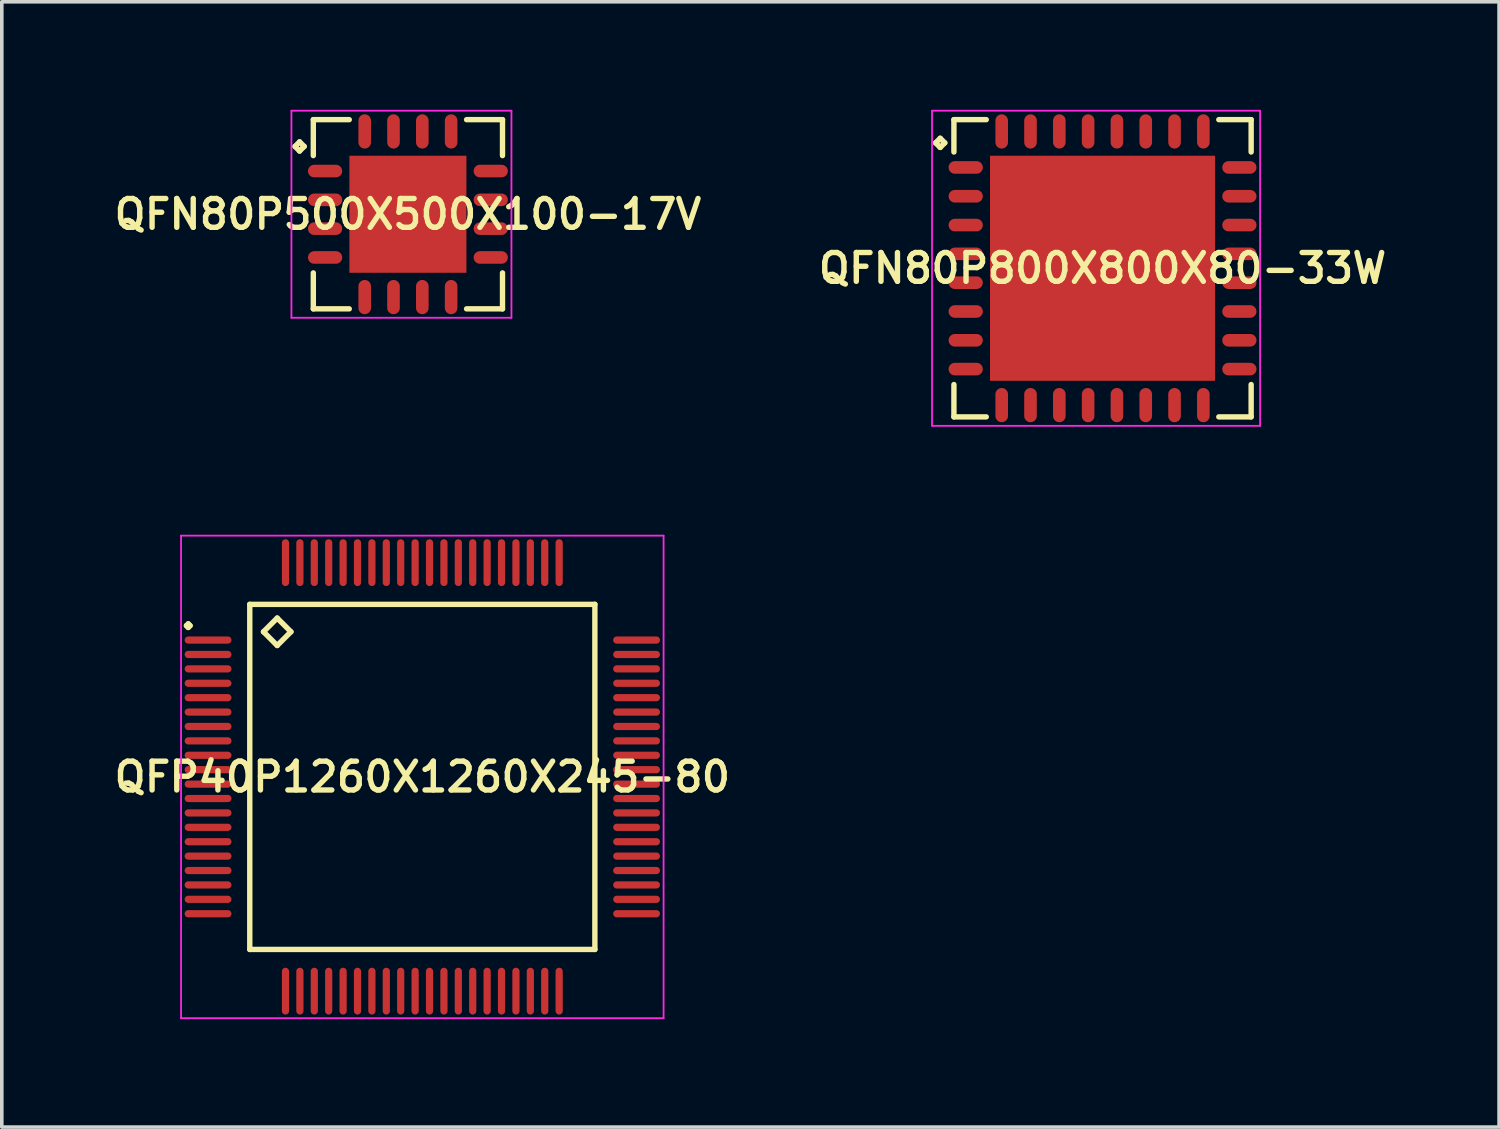
<source format=kicad_pcb>
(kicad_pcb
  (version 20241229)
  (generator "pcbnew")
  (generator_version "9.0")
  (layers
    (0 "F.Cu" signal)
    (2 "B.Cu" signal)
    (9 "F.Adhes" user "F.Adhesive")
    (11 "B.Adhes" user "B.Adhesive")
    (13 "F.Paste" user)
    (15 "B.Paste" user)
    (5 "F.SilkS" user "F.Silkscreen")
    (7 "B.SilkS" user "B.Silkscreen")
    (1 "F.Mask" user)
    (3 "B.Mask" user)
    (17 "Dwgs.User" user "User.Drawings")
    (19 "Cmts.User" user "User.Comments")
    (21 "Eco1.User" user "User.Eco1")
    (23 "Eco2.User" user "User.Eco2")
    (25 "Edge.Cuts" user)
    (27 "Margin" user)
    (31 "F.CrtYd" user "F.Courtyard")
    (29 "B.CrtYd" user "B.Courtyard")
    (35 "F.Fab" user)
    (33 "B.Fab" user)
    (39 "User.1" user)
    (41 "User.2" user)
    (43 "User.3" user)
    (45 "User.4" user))
  (footprint "QFN80P800X800X80-33W"
    (layer "F.Cu")
    (at 27.568 4.4)
    (property "Reference" "QFN80P800X800X80-33W" (at 0 0 0) (layer "F.SilkS") (effects (font (size 0.8 0.8) (thickness 0.15))))
    (attr smd)
    (fp_line (start -4.635 -3.483) (end -4.508 -3.61) (stroke (width 0.15) (type solid)) (layer "F.SilkS"))
    (fp_line (start -4.508 -3.61) (end -4.381 -3.483) (stroke (width 0.15) (type solid)) (layer "F.SilkS"))
    (fp_line (start -4.508 -3.356) (end -4.635 -3.483) (stroke (width 0.15) (type solid)) (layer "F.SilkS"))
    (fp_line (start -4.381 -3.483) (end -4.508 -3.356) (stroke (width 0.15) (type solid)) (layer "F.SilkS"))
    (fp_line (start -4.127 -4.127) (end -3.229 -4.127) (stroke (width 0.15) (type solid)) (layer "F.SilkS"))
    (fp_line (start -4.127 -3.229) (end -4.127 -4.127) (stroke (width 0.15) (type solid)) (layer "F.SilkS"))
    (fp_line (start -4.127 3.229) (end -4.127 4.127) (stroke (width 0.15) (type solid)) (layer "F.SilkS"))
    (fp_line (start -4.127 4.127) (end -3.229 4.127) (stroke (width 0.15) (type solid)) (layer "F.SilkS"))
    (fp_line (start 3.229 -4.127) (end 4.127 -4.127) (stroke (width 0.15) (type solid)) (layer "F.SilkS"))
    (fp_line (start 3.229 4.127) (end 4.127 4.127) (stroke (width 0.15) (type solid)) (layer "F.SilkS"))
    (fp_line (start 4.127 -4.127) (end 4.127 -3.229) (stroke (width 0.15) (type solid)) (layer "F.SilkS"))
    (fp_line (start 4.127 4.127) (end 4.127 3.229) (stroke (width 0.15) (type solid)) (layer "F.SilkS"))
    (fp_line (start -4.735 -4.375) (end 4.375 -4.375) (stroke (width 0.05) (type solid)) (layer "F.CrtYd"))
    (fp_line (start -4.735 4.375) (end -4.735 -4.375) (stroke (width 0.05) (type solid)) (layer "F.CrtYd"))
    (fp_line (start 4.375 -4.375) (end 4.375 4.375) (stroke (width 0.05) (type solid)) (layer "F.CrtYd"))
    (fp_line (start 4.375 4.375) (end -4.735 4.375) (stroke (width 0.05) (type solid)) (layer "F.CrtYd"))
    (pad "1" smd oval (at -3.8 -2.8) (size 0.95 0.35) (layers "F.Cu" "F.Mask" "F.Paste"))
    (pad "2" smd oval (at -3.8 -2) (size 0.95 0.35) (layers "F.Cu" "F.Mask" "F.Paste"))
    (pad "3" smd oval (at -3.8 -1.2) (size 0.95 0.35) (layers "F.Cu" "F.Mask" "F.Paste"))
    (pad "4" smd oval (at -3.8 -0.4) (size 0.95 0.35) (layers "F.Cu" "F.Mask" "F.Paste"))
    (pad "5" smd oval (at -3.8 0.4) (size 0.95 0.35) (layers "F.Cu" "F.Mask" "F.Paste"))
    (pad "6" smd oval (at -3.8 1.2) (size 0.95 0.35) (layers "F.Cu" "F.Mask" "F.Paste"))
    (pad "7" smd oval (at -3.8 2) (size 0.95 0.35) (layers "F.Cu" "F.Mask" "F.Paste"))
    (pad "8" smd oval (at -3.8 2.8) (size 0.95 0.35) (layers "F.Cu" "F.Mask" "F.Paste"))
    (pad "9" smd oval (at -2.8 3.8) (size 0.35 0.95) (layers "F.Cu" "F.Mask" "F.Paste"))
    (pad "10" smd oval (at -2 3.8) (size 0.35 0.95) (layers "F.Cu" "F.Mask" "F.Paste"))
    (pad "11" smd oval (at -1.2 3.8) (size 0.35 0.95) (layers "F.Cu" "F.Mask" "F.Paste"))
    (pad "12" smd oval (at -0.4 3.8) (size 0.35 0.95) (layers "F.Cu" "F.Mask" "F.Paste"))
    (pad "13" smd oval (at 0.4 3.8) (size 0.35 0.95) (layers "F.Cu" "F.Mask" "F.Paste"))
    (pad "14" smd oval (at 1.2 3.8) (size 0.35 0.95) (layers "F.Cu" "F.Mask" "F.Paste"))
    (pad "15" smd oval (at 2 3.8) (size 0.35 0.95) (layers "F.Cu" "F.Mask" "F.Paste"))
    (pad "16" smd oval (at 2.8 3.8) (size 0.35 0.95) (layers "F.Cu" "F.Mask" "F.Paste"))
    (pad "17" smd oval (at 3.8 2.8) (size 0.95 0.35) (layers "F.Cu" "F.Mask" "F.Paste"))
    (pad "18" smd oval (at 3.8 2) (size 0.95 0.35) (layers "F.Cu" "F.Mask" "F.Paste"))
    (pad "19" smd oval (at 3.8 1.2) (size 0.95 0.35) (layers "F.Cu" "F.Mask" "F.Paste"))
    (pad "20" smd oval (at 3.8 0.4) (size 0.95 0.35) (layers "F.Cu" "F.Mask" "F.Paste"))
    (pad "21" smd oval (at 3.8 -0.4) (size 0.95 0.35) (layers "F.Cu" "F.Mask" "F.Paste"))
    (pad "22" smd oval (at 3.8 -1.2) (size 0.95 0.35) (layers "F.Cu" "F.Mask" "F.Paste"))
    (pad "23" smd oval (at 3.8 -2) (size 0.95 0.35) (layers "F.Cu" "F.Mask" "F.Paste"))
    (pad "24" smd oval (at 3.8 -2.8) (size 0.95 0.35) (layers "F.Cu" "F.Mask" "F.Paste"))
    (pad "25" smd oval (at 2.8 -3.8) (size 0.35 0.95) (layers "F.Cu" "F.Mask" "F.Paste"))
    (pad "26" smd oval (at 2 -3.8) (size 0.35 0.95) (layers "F.Cu" "F.Mask" "F.Paste"))
    (pad "27" smd oval (at 1.2 -3.8) (size 0.35 0.95) (layers "F.Cu" "F.Mask" "F.Paste"))
    (pad "28" smd oval (at 0.4 -3.8) (size 0.35 0.95) (layers "F.Cu" "F.Mask" "F.Paste"))
    (pad "29" smd oval (at -0.4 -3.8) (size 0.35 0.95) (layers "F.Cu" "F.Mask" "F.Paste"))
    (pad "30" smd oval (at -1.2 -3.8) (size 0.35 0.95) (layers "F.Cu" "F.Mask" "F.Paste"))
    (pad "31" smd oval (at -2 -3.8) (size 0.35 0.95) (layers "F.Cu" "F.Mask" "F.Paste"))
    (pad "32" smd oval (at -2.8 -3.8) (size 0.35 0.95) (layers "F.Cu" "F.Mask" "F.Paste"))
    (pad "33" smd rect (at 0 0) (size 6.25 6.25) (layers "F.Cu" "F.Mask" "F.Paste")))
  (footprint "QFP40P1260X1260X245-80"
    (layer "F.Cu")
    (at 8.678 18.525)
    (property "Reference" "QFP40P1260X1260X245-80" (at 0 0 0) (layer "F.SilkS") (effects (font (size 0.8 0.8) (thickness 0.15))))
    (attr smd)
    (fp_line (start -6.55 -4.2) (end -6.5 -4.25) (stroke (width 0.15) (type solid)) (layer "F.SilkS"))
    (fp_line (start -6.5 -4.25) (end -6.45 -4.2) (stroke (width 0.15) (type solid)) (layer "F.SilkS"))
    (fp_line (start -6.5 -4.15) (end -6.55 -4.2) (stroke (width 0.15) (type solid)) (layer "F.SilkS"))
    (fp_line (start -6.45 -4.2) (end -6.5 -4.15) (stroke (width 0.15) (type solid)) (layer "F.SilkS"))
    (fp_line (start -4.792 -4.792) (end -4.792 4.792) (stroke (width 0.15) (type solid)) (layer "F.SilkS"))
    (fp_line (start -4.792 4.792) (end 4.792 4.792) (stroke (width 0.15) (type solid)) (layer "F.SilkS"))
    (fp_line (start -4.411 -4.03) (end -4.03 -4.411) (stroke (width 0.15) (type solid)) (layer "F.SilkS"))
    (fp_line (start -4.03 -4.411) (end -3.649 -4.03) (stroke (width 0.15) (type solid)) (layer "F.SilkS"))
    (fp_line (start -4.03 -3.649) (end -4.411 -4.03) (stroke (width 0.15) (type solid)) (layer "F.SilkS"))
    (fp_line (start -3.649 -4.03) (end -4.03 -3.649) (stroke (width 0.15) (type solid)) (layer "F.SilkS"))
    (fp_line (start 4.792 -4.792) (end -4.792 -4.792) (stroke (width 0.15) (type solid)) (layer "F.SilkS"))
    (fp_line (start 4.792 4.792) (end 4.792 -4.792) (stroke (width 0.15) (type solid)) (layer "F.SilkS"))
    (fp_line (start -6.7 -6.7) (end 6.7 -6.7) (stroke (width 0.05) (type solid)) (layer "F.CrtYd"))
    (fp_line (start -6.7 6.7) (end -6.7 -6.7) (stroke (width 0.05) (type solid)) (layer "F.CrtYd"))
    (fp_line (start 6.7 -6.7) (end 6.7 6.7) (stroke (width 0.05) (type solid)) (layer "F.CrtYd"))
    (fp_line (start 6.7 6.7) (end -6.7 6.7) (stroke (width 0.05) (type solid)) (layer "F.CrtYd"))
    (pad "1" smd oval (at -5.95 -3.8) (size 1.3 0.2) (layers "F.Cu" "F.Mask" "F.Paste"))
    (pad "2" smd oval (at -5.95 -3.4) (size 1.3 0.2) (layers "F.Cu" "F.Mask" "F.Paste"))
    (pad "3" smd oval (at -5.95 -3) (size 1.3 0.2) (layers "F.Cu" "F.Mask" "F.Paste"))
    (pad "4" smd oval (at -5.95 -2.6) (size 1.3 0.2) (layers "F.Cu" "F.Mask" "F.Paste"))
    (pad "5" smd oval (at -5.95 -2.2) (size 1.3 0.2) (layers "F.Cu" "F.Mask" "F.Paste"))
    (pad "6" smd oval (at -5.95 -1.8) (size 1.3 0.2) (layers "F.Cu" "F.Mask" "F.Paste"))
    (pad "7" smd oval (at -5.95 -1.4) (size 1.3 0.2) (layers "F.Cu" "F.Mask" "F.Paste"))
    (pad "8" smd oval (at -5.95 -1) (size 1.3 0.2) (layers "F.Cu" "F.Mask" "F.Paste"))
    (pad "9" smd oval (at -5.95 -0.6) (size 1.3 0.2) (layers "F.Cu" "F.Mask" "F.Paste"))
    (pad "10" smd oval (at -5.95 -0.2) (size 1.3 0.2) (layers "F.Cu" "F.Mask" "F.Paste"))
    (pad "11" smd oval (at -5.95 0.2) (size 1.3 0.2) (layers "F.Cu" "F.Mask" "F.Paste"))
    (pad "12" smd oval (at -5.95 0.6) (size 1.3 0.2) (layers "F.Cu" "F.Mask" "F.Paste"))
    (pad "13" smd oval (at -5.95 1) (size 1.3 0.2) (layers "F.Cu" "F.Mask" "F.Paste"))
    (pad "14" smd oval (at -5.95 1.4) (size 1.3 0.2) (layers "F.Cu" "F.Mask" "F.Paste"))
    (pad "15" smd oval (at -5.95 1.8) (size 1.3 0.2) (layers "F.Cu" "F.Mask" "F.Paste"))
    (pad "16" smd oval (at -5.95 2.2) (size 1.3 0.2) (layers "F.Cu" "F.Mask" "F.Paste"))
    (pad "17" smd oval (at -5.95 2.6) (size 1.3 0.2) (layers "F.Cu" "F.Mask" "F.Paste"))
    (pad "18" smd oval (at -5.95 3) (size 1.3 0.2) (layers "F.Cu" "F.Mask" "F.Paste"))
    (pad "19" smd oval (at -5.95 3.4) (size 1.3 0.2) (layers "F.Cu" "F.Mask" "F.Paste"))
    (pad "20" smd oval (at -5.95 3.8) (size 1.3 0.2) (layers "F.Cu" "F.Mask" "F.Paste"))
    (pad "21" smd oval (at -3.8 5.95) (size 0.2 1.3) (layers "F.Cu" "F.Mask" "F.Paste"))
    (pad "22" smd oval (at -3.4 5.95) (size 0.2 1.3) (layers "F.Cu" "F.Mask" "F.Paste"))
    (pad "23" smd oval (at -3 5.95) (size 0.2 1.3) (layers "F.Cu" "F.Mask" "F.Paste"))
    (pad "24" smd oval (at -2.6 5.95) (size 0.2 1.3) (layers "F.Cu" "F.Mask" "F.Paste"))
    (pad "25" smd oval (at -2.2 5.95) (size 0.2 1.3) (layers "F.Cu" "F.Mask" "F.Paste"))
    (pad "26" smd oval (at -1.8 5.95) (size 0.2 1.3) (layers "F.Cu" "F.Mask" "F.Paste"))
    (pad "27" smd oval (at -1.4 5.95) (size 0.2 1.3) (layers "F.Cu" "F.Mask" "F.Paste"))
    (pad "28" smd oval (at -1 5.95) (size 0.2 1.3) (layers "F.Cu" "F.Mask" "F.Paste"))
    (pad "29" smd oval (at -0.6 5.95) (size 0.2 1.3) (layers "F.Cu" "F.Mask" "F.Paste"))
    (pad "30" smd oval (at -0.2 5.95) (size 0.2 1.3) (layers "F.Cu" "F.Mask" "F.Paste"))
    (pad "31" smd oval (at 0.2 5.95) (size 0.2 1.3) (layers "F.Cu" "F.Mask" "F.Paste"))
    (pad "32" smd oval (at 0.6 5.95) (size 0.2 1.3) (layers "F.Cu" "F.Mask" "F.Paste"))
    (pad "33" smd oval (at 1 5.95) (size 0.2 1.3) (layers "F.Cu" "F.Mask" "F.Paste"))
    (pad "34" smd oval (at 1.4 5.95) (size 0.2 1.3) (layers "F.Cu" "F.Mask" "F.Paste"))
    (pad "35" smd oval (at 1.8 5.95) (size 0.2 1.3) (layers "F.Cu" "F.Mask" "F.Paste"))
    (pad "36" smd oval (at 2.2 5.95) (size 0.2 1.3) (layers "F.Cu" "F.Mask" "F.Paste"))
    (pad "37" smd oval (at 2.6 5.95) (size 0.2 1.3) (layers "F.Cu" "F.Mask" "F.Paste"))
    (pad "38" smd oval (at 3 5.95) (size 0.2 1.3) (layers "F.Cu" "F.Mask" "F.Paste"))
    (pad "39" smd oval (at 3.4 5.95) (size 0.2 1.3) (layers "F.Cu" "F.Mask" "F.Paste"))
    (pad "40" smd oval (at 3.8 5.95) (size 0.2 1.3) (layers "F.Cu" "F.Mask" "F.Paste"))
    (pad "41" smd oval (at 5.95 3.8) (size 1.3 0.2) (layers "F.Cu" "F.Mask" "F.Paste"))
    (pad "42" smd oval (at 5.95 3.4) (size 1.3 0.2) (layers "F.Cu" "F.Mask" "F.Paste"))
    (pad "43" smd oval (at 5.95 3) (size 1.3 0.2) (layers "F.Cu" "F.Mask" "F.Paste"))
    (pad "44" smd oval (at 5.95 2.6) (size 1.3 0.2) (layers "F.Cu" "F.Mask" "F.Paste"))
    (pad "45" smd oval (at 5.95 2.2) (size 1.3 0.2) (layers "F.Cu" "F.Mask" "F.Paste"))
    (pad "46" smd oval (at 5.95 1.8) (size 1.3 0.2) (layers "F.Cu" "F.Mask" "F.Paste"))
    (pad "47" smd oval (at 5.95 1.4) (size 1.3 0.2) (layers "F.Cu" "F.Mask" "F.Paste"))
    (pad "48" smd oval (at 5.95 1) (size 1.3 0.2) (layers "F.Cu" "F.Mask" "F.Paste"))
    (pad "49" smd oval (at 5.95 0.6) (size 1.3 0.2) (layers "F.Cu" "F.Mask" "F.Paste"))
    (pad "50" smd oval (at 5.95 0.2) (size 1.3 0.2) (layers "F.Cu" "F.Mask" "F.Paste"))
    (pad "51" smd oval (at 5.95 -0.2) (size 1.3 0.2) (layers "F.Cu" "F.Mask" "F.Paste"))
    (pad "52" smd oval (at 5.95 -0.6) (size 1.3 0.2) (layers "F.Cu" "F.Mask" "F.Paste"))
    (pad "53" smd oval (at 5.95 -1) (size 1.3 0.2) (layers "F.Cu" "F.Mask" "F.Paste"))
    (pad "54" smd oval (at 5.95 -1.4) (size 1.3 0.2) (layers "F.Cu" "F.Mask" "F.Paste"))
    (pad "55" smd oval (at 5.95 -1.8) (size 1.3 0.2) (layers "F.Cu" "F.Mask" "F.Paste"))
    (pad "56" smd oval (at 5.95 -2.2) (size 1.3 0.2) (layers "F.Cu" "F.Mask" "F.Paste"))
    (pad "57" smd oval (at 5.95 -2.6) (size 1.3 0.2) (layers "F.Cu" "F.Mask" "F.Paste"))
    (pad "58" smd oval (at 5.95 -3) (size 1.3 0.2) (layers "F.Cu" "F.Mask" "F.Paste"))
    (pad "59" smd oval (at 5.95 -3.4) (size 1.3 0.2) (layers "F.Cu" "F.Mask" "F.Paste"))
    (pad "60" smd oval (at 5.95 -3.8) (size 1.3 0.2) (layers "F.Cu" "F.Mask" "F.Paste"))
    (pad "61" smd oval (at 3.8 -5.95) (size 0.2 1.3) (layers "F.Cu" "F.Mask" "F.Paste"))
    (pad "62" smd oval (at 3.4 -5.95) (size 0.2 1.3) (layers "F.Cu" "F.Mask" "F.Paste"))
    (pad "63" smd oval (at 3 -5.95) (size 0.2 1.3) (layers "F.Cu" "F.Mask" "F.Paste"))
    (pad "64" smd oval (at 2.6 -5.95) (size 0.2 1.3) (layers "F.Cu" "F.Mask" "F.Paste"))
    (pad "65" smd oval (at 2.2 -5.95) (size 0.2 1.3) (layers "F.Cu" "F.Mask" "F.Paste"))
    (pad "66" smd oval (at 1.8 -5.95) (size 0.2 1.3) (layers "F.Cu" "F.Mask" "F.Paste"))
    (pad "67" smd oval (at 1.4 -5.95) (size 0.2 1.3) (layers "F.Cu" "F.Mask" "F.Paste"))
    (pad "68" smd oval (at 1 -5.95) (size 0.2 1.3) (layers "F.Cu" "F.Mask" "F.Paste"))
    (pad "69" smd oval (at 0.6 -5.95) (size 0.2 1.3) (layers "F.Cu" "F.Mask" "F.Paste"))
    (pad "70" smd oval (at 0.2 -5.95) (size 0.2 1.3) (layers "F.Cu" "F.Mask" "F.Paste"))
    (pad "71" smd oval (at -0.2 -5.95) (size 0.2 1.3) (layers "F.Cu" "F.Mask" "F.Paste"))
    (pad "72" smd oval (at -0.6 -5.95) (size 0.2 1.3) (layers "F.Cu" "F.Mask" "F.Paste"))
    (pad "73" smd oval (at -1 -5.95) (size 0.2 1.3) (layers "F.Cu" "F.Mask" "F.Paste"))
    (pad "74" smd oval (at -1.4 -5.95) (size 0.2 1.3) (layers "F.Cu" "F.Mask" "F.Paste"))
    (pad "75" smd oval (at -1.8 -5.95) (size 0.2 1.3) (layers "F.Cu" "F.Mask" "F.Paste"))
    (pad "76" smd oval (at -2.2 -5.95) (size 0.2 1.3) (layers "F.Cu" "F.Mask" "F.Paste"))
    (pad "77" smd oval (at -2.6 -5.95) (size 0.2 1.3) (layers "F.Cu" "F.Mask" "F.Paste"))
    (pad "78" smd oval (at -3 -5.95) (size 0.2 1.3) (layers "F.Cu" "F.Mask" "F.Paste"))
    (pad "79" smd oval (at -3.4 -5.95) (size 0.2 1.3) (layers "F.Cu" "F.Mask" "F.Paste"))
    (pad "80" smd oval (at -3.8 -5.95) (size 0.2 1.3) (layers "F.Cu" "F.Mask" "F.Paste")))
  (footprint "QFN80P500X500X100-17V"
    (layer "F.Cu")
    (at 8.278 2.9)
    (property "Reference" "QFN80P500X500X100-17V" (at 0 0 0) (layer "F.SilkS") (effects (font (size 0.8 0.8) (thickness 0.15))))
    (attr smd)
    (fp_line (start -3.135 -1.883) (end -3.008 -2.01) (stroke (width 0.15) (type solid)) (layer "F.SilkS"))
    (fp_line (start -3.008 -2.01) (end -2.881 -1.883) (stroke (width 0.15) (type solid)) (layer "F.SilkS"))
    (fp_line (start -3.008 -1.756) (end -3.135 -1.883) (stroke (width 0.15) (type solid)) (layer "F.SilkS"))
    (fp_line (start -2.881 -1.883) (end -3.008 -1.756) (stroke (width 0.15) (type solid)) (layer "F.SilkS"))
    (fp_line (start -2.627 -2.627) (end -1.629 -2.627) (stroke (width 0.15) (type solid)) (layer "F.SilkS"))
    (fp_line (start -2.627 -1.629) (end -2.627 -2.627) (stroke (width 0.15) (type solid)) (layer "F.SilkS"))
    (fp_line (start -2.627 1.629) (end -2.627 2.627) (stroke (width 0.15) (type solid)) (layer "F.SilkS"))
    (fp_line (start -2.627 2.627) (end -1.629 2.627) (stroke (width 0.15) (type solid)) (layer "F.SilkS"))
    (fp_line (start 1.629 -2.627) (end 2.627 -2.627) (stroke (width 0.15) (type solid)) (layer "F.SilkS"))
    (fp_line (start 1.629 2.627) (end 2.627 2.627) (stroke (width 0.15) (type solid)) (layer "F.SilkS"))
    (fp_line (start 2.627 -2.627) (end 2.627 -1.629) (stroke (width 0.15) (type solid)) (layer "F.SilkS"))
    (fp_line (start 2.627 2.627) (end 2.627 1.629) (stroke (width 0.15) (type solid)) (layer "F.SilkS"))
    (fp_line (start -3.235 -2.875) (end 2.875 -2.875) (stroke (width 0.05) (type solid)) (layer "F.CrtYd"))
    (fp_line (start -3.235 2.875) (end -3.235 -2.875) (stroke (width 0.05) (type solid)) (layer "F.CrtYd"))
    (fp_line (start 2.875 -2.875) (end 2.875 2.875) (stroke (width 0.05) (type solid)) (layer "F.CrtYd"))
    (fp_line (start 2.875 2.875) (end -3.235 2.875) (stroke (width 0.05) (type solid)) (layer "F.CrtYd"))
    (pad "1" smd oval (at -2.3 -1.2) (size 0.95 0.35) (layers "F.Cu" "F.Mask" "F.Paste"))
    (pad "2" smd oval (at -2.3 -0.4) (size 0.95 0.35) (layers "F.Cu" "F.Mask" "F.Paste"))
    (pad "3" smd oval (at -2.3 0.4) (size 0.95 0.35) (layers "F.Cu" "F.Mask" "F.Paste"))
    (pad "4" smd oval (at -2.3 1.2) (size 0.95 0.35) (layers "F.Cu" "F.Mask" "F.Paste"))
    (pad "5" smd oval (at -1.2 2.3) (size 0.35 0.95) (layers "F.Cu" "F.Mask" "F.Paste"))
    (pad "6" smd oval (at -0.4 2.3) (size 0.35 0.95) (layers "F.Cu" "F.Mask" "F.Paste"))
    (pad "7" smd oval (at 0.4 2.3) (size 0.35 0.95) (layers "F.Cu" "F.Mask" "F.Paste"))
    (pad "8" smd oval (at 1.2 2.3) (size 0.35 0.95) (layers "F.Cu" "F.Mask" "F.Paste"))
    (pad "9" smd oval (at 2.3 1.2) (size 0.95 0.35) (layers "F.Cu" "F.Mask" "F.Paste"))
    (pad "10" smd oval (at 2.3 0.4) (size 0.95 0.35) (layers "F.Cu" "F.Mask" "F.Paste"))
    (pad "11" smd oval (at 2.3 -0.4) (size 0.95 0.35) (layers "F.Cu" "F.Mask" "F.Paste"))
    (pad "12" smd oval (at 2.3 -1.2) (size 0.95 0.35) (layers "F.Cu" "F.Mask" "F.Paste"))
    (pad "13" smd oval (at 1.2 -2.3) (size 0.35 0.95) (layers "F.Cu" "F.Mask" "F.Paste"))
    (pad "14" smd oval (at 0.4 -2.3) (size 0.35 0.95) (layers "F.Cu" "F.Mask" "F.Paste"))
    (pad "15" smd oval (at -0.4 -2.3) (size 0.35 0.95) (layers "F.Cu" "F.Mask" "F.Paste"))
    (pad "16" smd oval (at -1.2 -2.3) (size 0.35 0.95) (layers "F.Cu" "F.Mask" "F.Paste"))
    (pad "17" smd rect (at 0 0) (size 3.25 3.25) (layers "F.Cu" "F.Mask" "F.Paste")))
  (gr_rect
    (start -3 -3)
    (end 38.58 28.25)
    (stroke (width 0.1) (type default))
    (fill no)
    (layer "Edge.Cuts")))
</source>
